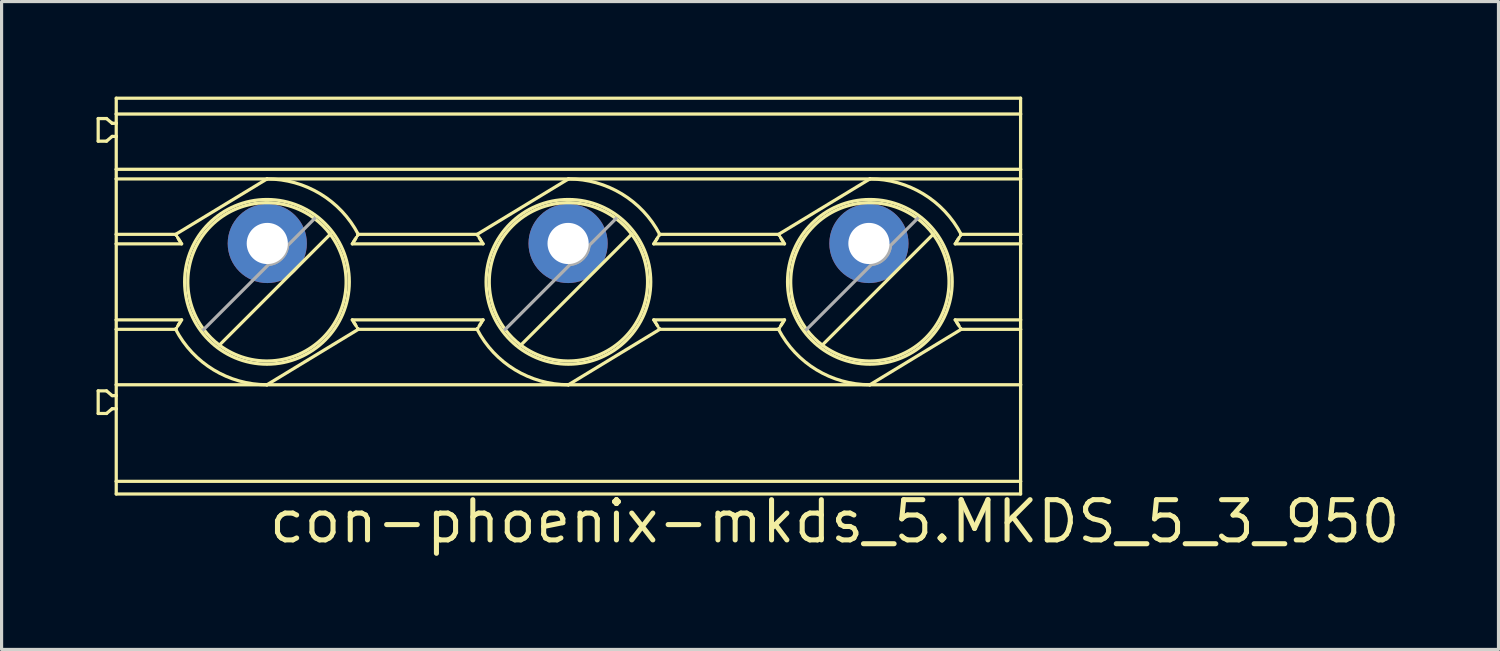
<source format=kicad_pcb>
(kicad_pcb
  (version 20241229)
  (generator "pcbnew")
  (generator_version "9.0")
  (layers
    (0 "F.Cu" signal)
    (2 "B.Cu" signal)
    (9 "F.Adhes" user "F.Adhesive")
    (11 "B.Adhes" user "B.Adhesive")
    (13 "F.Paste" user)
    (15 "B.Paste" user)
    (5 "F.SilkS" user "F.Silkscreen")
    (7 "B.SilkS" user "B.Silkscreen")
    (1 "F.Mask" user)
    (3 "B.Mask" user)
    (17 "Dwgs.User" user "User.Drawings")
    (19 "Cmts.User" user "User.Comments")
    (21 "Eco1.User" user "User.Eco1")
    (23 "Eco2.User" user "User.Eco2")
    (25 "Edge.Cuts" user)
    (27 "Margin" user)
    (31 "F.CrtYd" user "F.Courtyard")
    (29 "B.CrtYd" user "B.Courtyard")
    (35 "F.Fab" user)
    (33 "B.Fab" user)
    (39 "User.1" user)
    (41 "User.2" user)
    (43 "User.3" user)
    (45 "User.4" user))
  (footprint "con-phoenix-mkds_5.MKDS_5_3_950"
    (layer "F.Cu")
    (at 14.891 4.639)
    (property "Reference" "con-phoenix-mkds_5.MKDS_5_3_950" (at -9.525 9.525 0) (layer "F.SilkS") (effects (font (size 1.27 1.27) (thickness 0.16)) (justify left bottom)))
    (attr through_hole)
    (fp_line (start -14.84 -3.945) (end -14.577 -3.945) (stroke (width 0.102) (type default)) (layer "F.SilkS"))
    (fp_line (start -14.84 -3.231) (end -14.84 -3.945) (stroke (width 0.102) (type default)) (layer "F.SilkS"))
    (fp_line (start -14.84 5.369) (end -14.84 4.655) (stroke (width 0.102) (type default)) (layer "F.SilkS"))
    (fp_line (start -14.577 -3.231) (end -14.84 -3.231) (stroke (width 0.102) (type default)) (layer "F.SilkS"))
    (fp_line (start -14.577 4.655) (end -14.84 4.655) (stroke (width 0.102) (type default)) (layer "F.SilkS"))
    (fp_line (start -14.577 4.655) (end -14.399 4.805) (stroke (width 0.102) (type default)) (layer "F.SilkS"))
    (fp_line (start -14.577 5.369) (end -14.84 5.369) (stroke (width 0.102) (type default)) (layer "F.SilkS"))
    (fp_line (start -14.399 -3.795) (end -14.577 -3.945) (stroke (width 0.102) (type default)) (layer "F.SilkS"))
    (fp_line (start -14.399 -3.795) (end -14.27 -3.795) (stroke (width 0.102) (type default)) (layer "F.SilkS"))
    (fp_line (start -14.399 -3.381) (end -14.577 -3.231) (stroke (width 0.102) (type default)) (layer "F.SilkS"))
    (fp_line (start -14.399 4.805) (end -14.27 4.805) (stroke (width 0.102) (type default)) (layer "F.SilkS"))
    (fp_line (start -14.399 5.219) (end -14.577 5.369) (stroke (width 0.102) (type default)) (layer "F.SilkS"))
    (fp_line (start -14.27 -4.588) (end -14.27 -4.088) (stroke (width 0.102) (type default)) (layer "F.SilkS"))
    (fp_line (start -14.27 -4.588) (end 14.29 -4.588) (stroke (width 0.102) (type default)) (layer "F.SilkS"))
    (fp_line (start -14.27 -3.795) (end -14.27 -4.088) (stroke (width 0.102) (type default)) (layer "F.SilkS"))
    (fp_line (start -14.27 -3.381) (end -14.399 -3.381) (stroke (width 0.102) (type default)) (layer "F.SilkS"))
    (fp_line (start -14.27 -3.381) (end -14.27 -3.795) (stroke (width 0.102) (type default)) (layer "F.SilkS"))
    (fp_line (start -14.27 -2.342) (end -14.27 -3.381) (stroke (width 0.102) (type default)) (layer "F.SilkS"))
    (fp_line (start -14.27 -2.038) (end -14.27 -2.342) (stroke (width 0.102) (type default)) (layer "F.SilkS"))
    (fp_line (start -14.27 -0.288) (end -14.27 -2.038) (stroke (width 0.102) (type default)) (layer "F.SilkS"))
    (fp_line (start -14.27 -0.288) (end -14.27 0.012) (stroke (width 0.102) (type default)) (layer "F.SilkS"))
    (fp_line (start -14.27 -0.288) (end -12.393 -0.288) (stroke (width 0.102) (type default)) (layer "F.SilkS"))
    (fp_line (start -14.27 0.012) (end -14.27 2.412) (stroke (width 0.102) (type default)) (layer "F.SilkS"))
    (fp_line (start -14.27 0.012) (end -12.205 0.012) (stroke (width 0.102) (type default)) (layer "F.SilkS"))
    (fp_line (start -14.27 2.712) (end -14.27 2.412) (stroke (width 0.102) (type default)) (layer "F.SilkS"))
    (fp_line (start -14.27 4.462) (end -14.27 2.712) (stroke (width 0.102) (type default)) (layer "F.SilkS"))
    (fp_line (start -14.27 4.805) (end -14.27 4.462) (stroke (width 0.102) (type default)) (layer "F.SilkS"))
    (fp_line (start -14.27 5.219) (end -14.399 5.219) (stroke (width 0.102) (type default)) (layer "F.SilkS"))
    (fp_line (start -14.27 5.219) (end -14.27 4.805) (stroke (width 0.102) (type default)) (layer "F.SilkS"))
    (fp_line (start -14.27 7.512) (end -14.27 5.219) (stroke (width 0.102) (type default)) (layer "F.SilkS"))
    (fp_line (start -14.27 7.512) (end -14.27 7.912) (stroke (width 0.102) (type default)) (layer "F.SilkS"))
    (fp_line (start -14.27 7.512) (end 14.29 7.512) (stroke (width 0.102) (type default)) (layer "F.SilkS"))
    (fp_line (start -12.393 2.712) (end -14.27 2.712) (stroke (width 0.102) (type default)) (layer "F.SilkS"))
    (fp_line (start -12.387 2.701) (end -12.38 2.689) (stroke (width 0.102) (type default)) (layer "F.SilkS"))
    (fp_line (start -12.38 -0.266) (end -12.387 -0.277) (stroke (width 0.102) (type default)) (layer "F.SilkS"))
    (fp_line (start -12.38 2.689) (end -12.372 2.678) (stroke (width 0.102) (type default)) (layer "F.SilkS"))
    (fp_line (start -12.372 -0.254) (end -12.38 -0.266) (stroke (width 0.102) (type default)) (layer "F.SilkS"))
    (fp_line (start -12.333 2.615) (end -12.294 2.552) (stroke (width 0.102) (type default)) (layer "F.SilkS"))
    (fp_line (start -12.294 -0.128) (end -12.333 -0.191) (stroke (width 0.102) (type default)) (layer "F.SilkS"))
    (fp_line (start -12.294 2.552) (end -12.255 2.49) (stroke (width 0.102) (type default)) (layer "F.SilkS"))
    (fp_line (start -12.255 -0.066) (end -12.294 -0.128) (stroke (width 0.102) (type default)) (layer "F.SilkS"))
    (fp_line (start -12.205 2.412) (end -14.27 2.412) (stroke (width 0.102) (type default)) (layer "F.SilkS"))
    (fp_line (start -9.51 -2.038) (end -14.27 -2.038) (stroke (width 0.102) (type default)) (layer "F.SilkS"))
    (fp_line (start -9.51 -2.038) (end -12.393 -0.288) (stroke (width 0.102) (type default)) (layer "F.SilkS"))
    (fp_line (start -9.51 4.462) (end -14.27 4.462) (stroke (width 0.102) (type default)) (layer "F.SilkS"))
    (fp_line (start -9.51 4.462) (end -6.627 2.712) (stroke (width 0.102) (type default)) (layer "F.SilkS"))
    (fp_line (start -9.51 4.462) (end 0.01 4.462) (stroke (width 0.102) (type default)) (layer "F.SilkS"))
    (fp_line (start -7.512 -0.291) (end -11.013 3.21) (stroke (width 0.102) (type default)) (layer "F.SilkS"))
    (fp_line (start -6.815 0.012) (end -2.685 0.012) (stroke (width 0.102) (type default)) (layer "F.SilkS"))
    (fp_line (start -6.765 2.49) (end -6.726 2.552) (stroke (width 0.102) (type default)) (layer "F.SilkS"))
    (fp_line (start -6.726 -0.128) (end -6.765 -0.066) (stroke (width 0.102) (type default)) (layer "F.SilkS"))
    (fp_line (start -6.726 2.552) (end -6.687 2.615) (stroke (width 0.102) (type default)) (layer "F.SilkS"))
    (fp_line (start -6.687 -0.191) (end -6.726 -0.128) (stroke (width 0.102) (type default)) (layer "F.SilkS"))
    (fp_line (start -6.648 2.678) (end -6.641 2.689) (stroke (width 0.102) (type default)) (layer "F.SilkS"))
    (fp_line (start -6.641 -0.266) (end -6.648 -0.254) (stroke (width 0.102) (type default)) (layer "F.SilkS"))
    (fp_line (start -6.641 2.689) (end -6.633 2.701) (stroke (width 0.102) (type default)) (layer "F.SilkS"))
    (fp_line (start -6.633 -0.277) (end -6.641 -0.266) (stroke (width 0.102) (type default)) (layer "F.SilkS"))
    (fp_line (start -6.627 -0.288) (end -2.873 -0.288) (stroke (width 0.102) (type default)) (layer "F.SilkS"))
    (fp_line (start -2.873 2.712) (end -6.627 2.712) (stroke (width 0.102) (type default)) (layer "F.SilkS"))
    (fp_line (start -2.867 2.701) (end -2.86 2.689) (stroke (width 0.102) (type default)) (layer "F.SilkS"))
    (fp_line (start -2.86 2.689) (end -2.852 2.678) (stroke (width 0.102) (type default)) (layer "F.SilkS"))
    (fp_line (start -2.859 -0.266) (end -2.867 -0.277) (stroke (width 0.102) (type default)) (layer "F.SilkS"))
    (fp_line (start -2.852 -0.254) (end -2.859 -0.266) (stroke (width 0.102) (type default)) (layer "F.SilkS"))
    (fp_line (start -2.813 2.615) (end -2.774 2.552) (stroke (width 0.102) (type default)) (layer "F.SilkS"))
    (fp_line (start -2.774 -0.128) (end -2.813 -0.191) (stroke (width 0.102) (type default)) (layer "F.SilkS"))
    (fp_line (start -2.774 2.552) (end -2.735 2.49) (stroke (width 0.102) (type default)) (layer "F.SilkS"))
    (fp_line (start -2.735 -0.066) (end -2.774 -0.128) (stroke (width 0.102) (type default)) (layer "F.SilkS"))
    (fp_line (start -2.685 2.412) (end -6.815 2.412) (stroke (width 0.102) (type default)) (layer "F.SilkS"))
    (fp_line (start 0.01 -2.038) (end -9.51 -2.038) (stroke (width 0.102) (type default)) (layer "F.SilkS"))
    (fp_line (start 0.01 -2.038) (end -2.873 -0.288) (stroke (width 0.102) (type default)) (layer "F.SilkS"))
    (fp_line (start 0.01 4.462) (end 2.893 2.712) (stroke (width 0.102) (type default)) (layer "F.SilkS"))
    (fp_line (start 0.01 4.462) (end 9.53 4.462) (stroke (width 0.102) (type default)) (layer "F.SilkS"))
    (fp_line (start 2.008 -0.291) (end -1.493 3.21) (stroke (width 0.102) (type default)) (layer "F.SilkS"))
    (fp_line (start 2.705 0.012) (end 6.835 0.012) (stroke (width 0.102) (type default)) (layer "F.SilkS"))
    (fp_line (start 2.755 2.49) (end 2.794 2.552) (stroke (width 0.102) (type default)) (layer "F.SilkS"))
    (fp_line (start 2.794 -0.128) (end 2.755 -0.066) (stroke (width 0.102) (type default)) (layer "F.SilkS"))
    (fp_line (start 2.794 2.552) (end 2.833 2.615) (stroke (width 0.102) (type default)) (layer "F.SilkS"))
    (fp_line (start 2.833 -0.191) (end 2.794 -0.128) (stroke (width 0.102) (type default)) (layer "F.SilkS"))
    (fp_line (start 2.872 2.678) (end 2.88 2.689) (stroke (width 0.102) (type default)) (layer "F.SilkS"))
    (fp_line (start 2.88 -0.266) (end 2.872 -0.254) (stroke (width 0.102) (type default)) (layer "F.SilkS"))
    (fp_line (start 2.88 2.689) (end 2.887 2.701) (stroke (width 0.102) (type default)) (layer "F.SilkS"))
    (fp_line (start 2.887 -0.277) (end 2.88 -0.266) (stroke (width 0.102) (type default)) (layer "F.SilkS"))
    (fp_line (start 2.893 -0.288) (end 6.647 -0.288) (stroke (width 0.102) (type default)) (layer "F.SilkS"))
    (fp_line (start 6.647 2.712) (end 2.893 2.712) (stroke (width 0.102) (type default)) (layer "F.SilkS"))
    (fp_line (start 6.653 2.701) (end 6.66 2.689) (stroke (width 0.102) (type default)) (layer "F.SilkS"))
    (fp_line (start 6.66 2.689) (end 6.668 2.678) (stroke (width 0.102) (type default)) (layer "F.SilkS"))
    (fp_line (start 6.661 -0.266) (end 6.653 -0.277) (stroke (width 0.102) (type default)) (layer "F.SilkS"))
    (fp_line (start 6.668 -0.254) (end 6.661 -0.266) (stroke (width 0.102) (type default)) (layer "F.SilkS"))
    (fp_line (start 6.707 2.615) (end 6.746 2.552) (stroke (width 0.102) (type default)) (layer "F.SilkS"))
    (fp_line (start 6.746 -0.128) (end 6.707 -0.191) (stroke (width 0.102) (type default)) (layer "F.SilkS"))
    (fp_line (start 6.746 2.552) (end 6.785 2.49) (stroke (width 0.102) (type default)) (layer "F.SilkS"))
    (fp_line (start 6.785 -0.066) (end 6.746 -0.128) (stroke (width 0.102) (type default)) (layer "F.SilkS"))
    (fp_line (start 6.835 2.412) (end 2.705 2.412) (stroke (width 0.102) (type default)) (layer "F.SilkS"))
    (fp_line (start 9.53 -2.038) (end 0.01 -2.038) (stroke (width 0.102) (type default)) (layer "F.SilkS"))
    (fp_line (start 9.53 -2.038) (end 6.647 -0.288) (stroke (width 0.102) (type default)) (layer "F.SilkS"))
    (fp_line (start 9.53 -2.038) (end 14.29 -2.038) (stroke (width 0.102) (type default)) (layer "F.SilkS"))
    (fp_line (start 9.53 4.462) (end 12.413 2.712) (stroke (width 0.102) (type default)) (layer "F.SilkS"))
    (fp_line (start 9.53 4.462) (end 14.29 4.462) (stroke (width 0.102) (type default)) (layer "F.SilkS"))
    (fp_line (start 11.528 -0.291) (end 8.027 3.21) (stroke (width 0.102) (type default)) (layer "F.SilkS"))
    (fp_line (start 12.225 0.012) (end 14.29 0.012) (stroke (width 0.102) (type default)) (layer "F.SilkS"))
    (fp_line (start 12.275 2.49) (end 12.314 2.552) (stroke (width 0.102) (type default)) (layer "F.SilkS"))
    (fp_line (start 12.314 -0.128) (end 12.275 -0.066) (stroke (width 0.102) (type default)) (layer "F.SilkS"))
    (fp_line (start 12.314 2.552) (end 12.353 2.615) (stroke (width 0.102) (type default)) (layer "F.SilkS"))
    (fp_line (start 12.353 -0.191) (end 12.314 -0.128) (stroke (width 0.102) (type default)) (layer "F.SilkS"))
    (fp_line (start 12.392 2.678) (end 12.399 2.689) (stroke (width 0.102) (type default)) (layer "F.SilkS"))
    (fp_line (start 12.399 -0.266) (end 12.392 -0.254) (stroke (width 0.102) (type default)) (layer "F.SilkS"))
    (fp_line (start 12.399 2.689) (end 12.407 2.701) (stroke (width 0.102) (type default)) (layer "F.SilkS"))
    (fp_line (start 12.407 -0.277) (end 12.399 -0.266) (stroke (width 0.102) (type default)) (layer "F.SilkS"))
    (fp_line (start 12.413 -0.288) (end 14.29 -0.288) (stroke (width 0.102) (type default)) (layer "F.SilkS"))
    (fp_line (start 14.29 -4.588) (end 14.29 -4.088) (stroke (width 0.102) (type default)) (layer "F.SilkS"))
    (fp_line (start 14.29 -4.088) (end -14.27 -4.088) (stroke (width 0.102) (type default)) (layer "F.SilkS"))
    (fp_line (start 14.29 -2.342) (end -14.27 -2.342) (stroke (width 0.102) (type default)) (layer "F.SilkS"))
    (fp_line (start 14.29 -2.342) (end 14.29 -4.088) (stroke (width 0.102) (type default)) (layer "F.SilkS"))
    (fp_line (start 14.29 -2.038) (end 14.29 -2.342) (stroke (width 0.102) (type default)) (layer "F.SilkS"))
    (fp_line (start 14.29 -0.288) (end 14.29 -2.038) (stroke (width 0.102) (type default)) (layer "F.SilkS"))
    (fp_line (start 14.29 -0.288) (end 14.29 0.012) (stroke (width 0.102) (type default)) (layer "F.SilkS"))
    (fp_line (start 14.29 2.412) (end 12.225 2.412) (stroke (width 0.102) (type default)) (layer "F.SilkS"))
    (fp_line (start 14.29 2.412) (end 14.29 0.012) (stroke (width 0.102) (type default)) (layer "F.SilkS"))
    (fp_line (start 14.29 2.712) (end 12.413 2.712) (stroke (width 0.102) (type default)) (layer "F.SilkS"))
    (fp_line (start 14.29 2.712) (end 14.29 2.412) (stroke (width 0.102) (type default)) (layer "F.SilkS"))
    (fp_line (start 14.29 2.712) (end 14.29 4.462) (stroke (width 0.102) (type default)) (layer "F.SilkS"))
    (fp_line (start 14.29 7.512) (end 14.29 4.462) (stroke (width 0.102) (type default)) (layer "F.SilkS"))
    (fp_line (start 14.29 7.912) (end -14.27 7.912) (stroke (width 0.102) (type default)) (layer "F.SilkS"))
    (fp_line (start 14.29 7.912) (end 14.29 7.512) (stroke (width 0.102) (type default)) (layer "F.SilkS"))
    (fp_arc (start -12.2547 2.4895) (mid -12.22988 2.450698) (end -12.2049 2.412) (stroke (width 0.1016) (type default)) (layer "F.SilkS"))
    (fp_arc (start -12.2049 0.012) (mid -12.229881 -0.026698) (end -12.2547 -0.0655) (stroke (width 0.1016) (type default)) (layer "F.SilkS"))
    (fp_arc (start -11.5078 2.7149) (mid -11.277755 -0.555755) (end -8.0071 -0.7858) (stroke (width 0.1016) (type default)) (layer "F.SilkS"))
    (fp_arc (start -11.0129 3.2098) (mid -11.277758 2.979758) (end -11.5078 2.7149) (stroke (width 0.1016) (type default)) (layer "F.SilkS"))
    (fp_arc (start -9.51 -2.038) (mid -7.823681 -1.566253) (end -6.6269 -0.288) (stroke (width 0.1016) (type default)) (layer "F.SilkS"))
    (fp_arc (start -9.51 4.462) (mid -11.196319 3.990253) (end -12.3931 2.712) (stroke (width 0.1016) (type default)) (layer "F.SilkS"))
    (fp_arc (start -8.0071 -0.7858) (mid -7.742253 -0.555747) (end -7.5122 -0.2909) (stroke (width 0.1016) (type default)) (layer "F.SilkS"))
    (fp_arc (start -7.5122 -0.2909) (mid -7.742245 2.979755) (end -11.0129 3.2098) (stroke (width 0.1016) (type default)) (layer "F.SilkS"))
    (fp_arc (start -6.8151 2.412) (mid -6.790069 2.450698) (end -6.7652 2.4895) (stroke (width 0.1016) (type default)) (layer "F.SilkS"))
    (fp_arc (start -6.7652 -0.0655) (mid -6.790069 -0.026698) (end -6.8151 0.012) (stroke (width 0.1016) (type default)) (layer "F.SilkS"))
    (fp_arc (start -2.7347 2.4895) (mid -2.709881 2.450698) (end -2.6849 2.412) (stroke (width 0.1016) (type default)) (layer "F.SilkS"))
    (fp_arc (start -2.6849 0.012) (mid -2.709881 -0.026698) (end -2.7347 -0.0655) (stroke (width 0.1016) (type default)) (layer "F.SilkS"))
    (fp_arc (start -1.9878 2.7149) (mid -1.757755 -0.555755) (end 1.5129 -0.7858) (stroke (width 0.1016) (type default)) (layer "F.SilkS"))
    (fp_arc (start -1.4929 3.2098) (mid -1.757758 2.979758) (end -1.9878 2.7149) (stroke (width 0.1016) (type default)) (layer "F.SilkS"))
    (fp_arc (start 0.01 -2.038) (mid 1.696319 -1.566253) (end 2.8931 -0.288) (stroke (width 0.1016) (type default)) (layer "F.SilkS"))
    (fp_arc (start 0.01 4.462) (mid -1.676319 3.990253) (end -2.8731 2.712) (stroke (width 0.1016) (type default)) (layer "F.SilkS"))
    (fp_arc (start 1.5129 -0.7858) (mid 1.777751 -0.555751) (end 2.0078 -0.2909) (stroke (width 0.1016) (type default)) (layer "F.SilkS"))
    (fp_arc (start 2.0078 -0.2909) (mid 1.777755 2.979755) (end -1.4929 3.2098) (stroke (width 0.1016) (type default)) (layer "F.SilkS"))
    (fp_arc (start 2.7049 2.412) (mid 2.729931 2.450698) (end 2.7548 2.4895) (stroke (width 0.1016) (type default)) (layer "F.SilkS"))
    (fp_arc (start 2.7548 -0.0655) (mid 2.729931 -0.026698) (end 2.7049 0.012) (stroke (width 0.1016) (type default)) (layer "F.SilkS"))
    (fp_arc (start 6.7853 2.4895) (mid 6.810119 2.450698) (end 6.8351 2.412) (stroke (width 0.1016) (type default)) (layer "F.SilkS"))
    (fp_arc (start 6.8351 0.012) (mid 6.810119 -0.026698) (end 6.7853 -0.0655) (stroke (width 0.1016) (type default)) (layer "F.SilkS"))
    (fp_arc (start 7.5322 2.7149) (mid 7.762245 -0.555755) (end 11.0329 -0.7858) (stroke (width 0.1016) (type default)) (layer "F.SilkS"))
    (fp_arc (start 8.0271 3.2098) (mid 7.762246 2.979754) (end 7.5322 2.7149) (stroke (width 0.1016) (type default)) (layer "F.SilkS"))
    (fp_arc (start 9.53 -2.038) (mid 11.216319 -1.566253) (end 12.4131 -0.288) (stroke (width 0.1016) (type default)) (layer "F.SilkS"))
    (fp_arc (start 9.53 4.462) (mid 7.843681 3.990253) (end 6.6469 2.712) (stroke (width 0.1016) (type default)) (layer "F.SilkS"))
    (fp_arc (start 11.0329 -0.7858) (mid 11.297751 -0.555751) (end 11.5278 -0.2909) (stroke (width 0.1016) (type default)) (layer "F.SilkS"))
    (fp_arc (start 11.5278 -0.2909) (mid 11.297755 2.979755) (end 8.0271 3.2098) (stroke (width 0.1016) (type default)) (layer "F.SilkS"))
    (fp_arc (start 12.2249 2.412) (mid 12.249931 2.450698) (end 12.2748 2.4895) (stroke (width 0.1016) (type default)) (layer "F.SilkS"))
    (fp_arc (start 12.2748 -0.0655) (mid 12.249931 -0.026698) (end 12.2249 0.012) (stroke (width 0.1016) (type default)) (layer "F.SilkS"))
    (fp_circle (center -9.51 1.212) (end -6.91 1.212) (stroke (width 0.102) (type default)) (fill no) (layer "F.SilkS"))
    (fp_circle (center 0.01 1.212) (end 2.61 1.212) (stroke (width 0.102) (type default)) (fill no) (layer "F.SilkS"))
    (fp_circle (center 9.53 1.212) (end 12.13 1.212) (stroke (width 0.102) (type default)) (fill no) (layer "F.SilkS"))
    (fp_line (start -9.452 0.659) (end -11.508 2.715) (stroke (width 0.102) (type default)) (layer "F.Fab"))
    (fp_line (start -8.863 0.07) (end -9.452 0.659) (stroke (width 0.102) (type default)) (layer "F.Fab"))
    (fp_line (start -8.007 -0.786) (end -8.863 0.07) (stroke (width 0.102) (type default)) (layer "F.Fab"))
    (fp_line (start 0.068 0.659) (end -1.988 2.715) (stroke (width 0.102) (type default)) (layer "F.Fab"))
    (fp_line (start 0.657 0.07) (end 0.068 0.659) (stroke (width 0.102) (type default)) (layer "F.Fab"))
    (fp_line (start 1.513 -0.786) (end 0.657 0.07) (stroke (width 0.102) (type default)) (layer "F.Fab"))
    (fp_line (start 9.588 0.659) (end 7.532 2.715) (stroke (width 0.102) (type default)) (layer "F.Fab"))
    (fp_line (start 10.177 0.07) (end 9.588 0.659) (stroke (width 0.102) (type default)) (layer "F.Fab"))
    (fp_line (start 11.033 -0.786) (end 10.177 0.07) (stroke (width 0.102) (type default)) (layer "F.Fab"))
    (fp_arc (start -8.8626 0.0696) (mid -9.050411 0.471589) (end -9.4524 0.6594) (stroke (width 0.1016) (type default)) (layer "F.Fab"))
    (fp_arc (start -8.8626 0.0696) (mid -9.050411 0.471589) (end -9.4524 0.6594) (stroke (width 0.1016) (type default)) (layer "F.Fab"))
    (fp_arc (start 0.6574 0.0696) (mid 0.469589 0.471589) (end 0.0676 0.6594) (stroke (width 0.1016) (type default)) (layer "F.Fab"))
    (fp_arc (start 0.6574 0.0696) (mid 0.469589 0.471589) (end 0.0676 0.6594) (stroke (width 0.1016) (type default)) (layer "F.Fab"))
    (fp_arc (start 10.1774 0.0696) (mid 9.989589 0.471589) (end 9.5876 0.6594) (stroke (width 0.1016) (type default)) (layer "F.Fab"))
    (fp_arc (start 10.1774 0.0696) (mid 9.989589 0.471589) (end 9.5876 0.6594) (stroke (width 0.1016) (type default)) (layer "F.Fab"))
    (pad "1" thru_hole circle (at -9.5 0) (size 2.5 2.5) (drill 1.3) (layers "*.Cu" "*.Mask"))
    (pad "2" thru_hole circle (at 0 0) (size 2.5 2.5) (drill 1.3) (layers "*.Cu" "*.Mask"))
    (pad "3" thru_hole circle (at 9.5 0) (size 2.5 2.5) (drill 1.3) (layers "*.Cu" "*.Mask")))
  (gr_rect
    (start -3 -3)
    (end 44.273 17.461)
    (stroke (width 0.1) (type default))
    (fill no)
    (layer "Edge.Cuts")))
</source>
